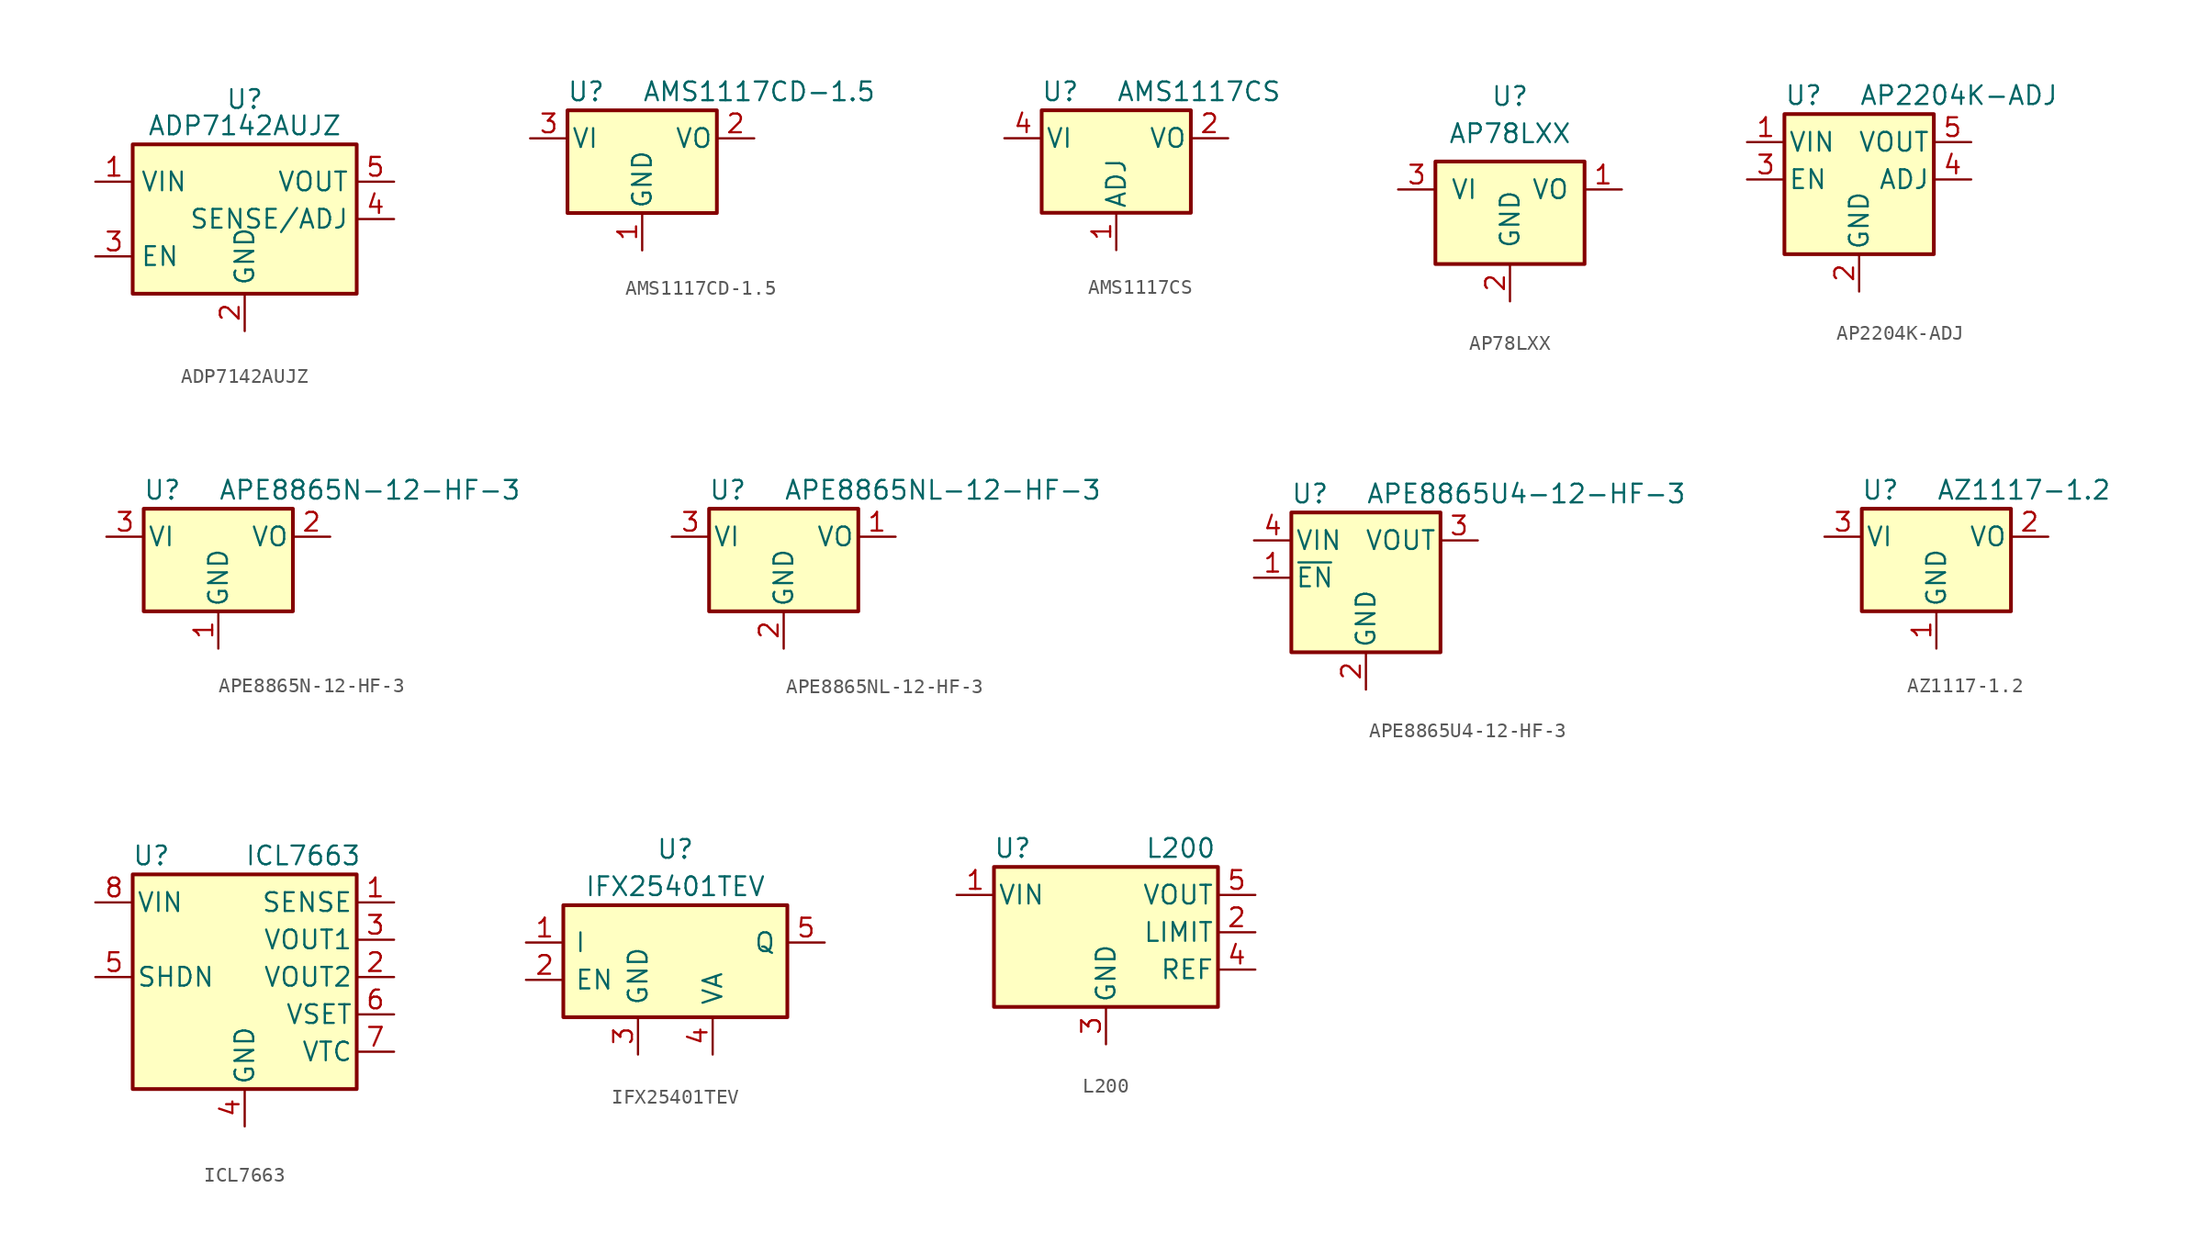
<source format=kicad_sym>
(kicad_symbol_lib
  (version 20201005)
  (generator kicad_symbol_editor)
  (symbol "ADP7142AUJZ"
    (property "Reference" "U"
      (at 0 8.89 0)
      (effects (font (size 1.27 1.27)) (justify top)))
    (property "Value" "ADP7142AUJZ"
      (at 0 6.35 0)
      (effects (font (size 1.27 1.27))))
    (symbol "ADP7142AUJZ_0_1"
      (rectangle (start -7.62 5.08) (end 7.62 -5.08) (stroke (width 0.254)) (fill (type background))))
    (symbol "ADP7142AUJZ_1_1"
      (pin power_in line (at -10.16 2.54 0) (length 2.54) (name "VIN" (effects (font (size 1.27 1.27)))) (number "1" (effects (font (size 1.27 1.27)))))
      (pin power_in line (at 0 -7.62 90) (length 2.54) (name "GND" (effects (font (size 1.27 1.27)))) (number "2" (effects (font (size 1.27 1.27)))))
      (pin input line (at -10.16 -2.54 0) (length 2.54) (name "EN" (effects (font (size 1.27 1.27)))) (number "3" (effects (font (size 1.27 1.27)))))
      (pin input line (at 10.16 0 180) (length 2.54) (name "SENSE/ADJ" (effects (font (size 1.27 1.27)))) (number "4" (effects (font (size 1.27 1.27)))))
      (pin power_out line (at 10.16 2.54 180) (length 2.54) (name "VOUT" (effects (font (size 1.27 1.27)))) (number "5" (effects (font (size 1.27 1.27)))))))
  (symbol "AMS1117CD-1.5"
    (pin_names
      (offset 0.254))
    (property "Reference" "U"
      (at -3.81 3.175 0)
      (effects (font (size 1.27 1.27))))
    (property "Value" "AMS1117CD-1.5"
      (at 0 3.175 0)
      (effects (font (size 1.27 1.27)) (justify left)))
    (symbol "AMS1117CD-1.5_0_1"
      (rectangle (start -5.08 -5.08) (end 5.08 1.905) (stroke (width 0.254)) (fill (type background))))
    (symbol "AMS1117CD-1.5_1_1"
      (pin power_in line (at 0 -7.62 90) (length 2.54) (name "GND" (effects (font (size 1.27 1.27)))) (number "1" (effects (font (size 1.27 1.27)))))
      (pin power_out line (at 7.62 0 180) (length 2.54) (name "VO" (effects (font (size 1.27 1.27)))) (number "2" (effects (font (size 1.27 1.27)))))
      (pin power_in line (at -7.62 0 0) (length 2.54) (name "VI" (effects (font (size 1.27 1.27)))) (number "3" (effects (font (size 1.27 1.27)))))))
  (symbol "AMS1117CS"
    (pin_names
      (offset 0.254))
    (property "Reference" "U"
      (at -3.81 3.175 0)
      (effects (font (size 1.27 1.27))))
    (property "Value" "AMS1117CS"
      (at 0 3.175 0)
      (effects (font (size 1.27 1.27)) (justify left)))
    (symbol "AMS1117CS_0_1"
      (rectangle (start -5.08 -5.08) (end 5.08 1.905) (stroke (width 0.254)) (fill (type background))))
    (symbol "AMS1117CS_1_1"
      (pin input line (at 0 -7.62 90) (length 2.54) (name "ADJ" (effects (font (size 1.27 1.27)))) (number "1" (effects (font (size 1.27 1.27)))))
      (pin power_out line (at 7.62 0 180) (length 2.54) (name "VO" (effects (font (size 1.27 1.27)))) (number "2" (effects (font (size 1.27 1.27)))))
      (pin passive line (at 7.62 0 180) (length 2.54) hide (name "VO" (effects (font (size 1.27 1.27)))) (number "3" (effects (font (size 1.27 1.27)))))
      (pin power_in line (at -7.62 0 0) (length 2.54) (name "VI" (effects (font (size 1.27 1.27)))) (number "4" (effects (font (size 1.27 1.27)))))
      (pin no_connect line (at -2.54 -2.54 180) (length 2.54) hide (name "NC" (effects (font (size 1.27 1.27)))) (number "5" (effects (font (size 1.27 1.27)))))
      (pin passive line (at 7.62 0 180) (length 2.54) hide (name "VO" (effects (font (size 1.27 1.27)))) (number "6" (effects (font (size 1.27 1.27)))))
      (pin passive line (at 7.62 0 180) (length 2.54) hide (name "VO" (effects (font (size 1.27 1.27)))) (number "7" (effects (font (size 1.27 1.27)))))
      (pin no_connect line (at 2.54 -2.54 0) (length 2.54) hide (name "NC" (effects (font (size 1.27 1.27)))) (number "8" (effects (font (size 1.27 1.27)))))))
  (symbol "AP78LXX"
    (pin_names
      (offset 1.016))
    (property "Reference" "U"
      (at 0 6.35 0)
      (effects (font (size 1.27 1.27))))
    (property "Value" "AP78LXX"
      (at 0 3.81 0)
      (effects (font (size 1.27 1.27))))
    (symbol "AP78LXX_1_1"
      (rectangle (start -5.08 -5.08) (end 5.08 1.905) (stroke (width 0.254)) (fill (type background)))
      (pin power_out line (at 7.62 0 180) (length 2.54) (name "VO" (effects (font (size 1.27 1.27)))) (number "1" (effects (font (size 1.27 1.27)))))
      (pin power_in line (at 0 -7.62 90) (length 2.54) (name "GND" (effects (font (size 1.27 1.27)))) (number "2" (effects (font (size 1.27 1.27)))))
      (pin power_in line (at -7.62 0 0) (length 2.54) (name "VI" (effects (font (size 1.27 1.27)))) (number "3" (effects (font (size 1.27 1.27)))))))
  (symbol "AP2204K-ADJ"
    (pin_names
      (offset 0.254))
    (property "Reference" "U"
      (at -5.08 5.715 0)
      (effects (font (size 1.27 1.27)) (justify left)))
    (property "Value" "AP2204K-ADJ"
      (at 0 5.715 0)
      (effects (font (size 1.27 1.27)) (justify left)))
    (symbol "AP2204K-ADJ_0_1"
      (rectangle (start -5.08 4.445) (end 5.08 -5.08) (stroke (width 0.254)) (fill (type background))))
    (symbol "AP2204K-ADJ_1_1"
      (pin power_in line (at -7.62 2.54 0) (length 2.54) (name "VIN" (effects (font (size 1.27 1.27)))) (number "1" (effects (font (size 1.27 1.27)))))
      (pin power_in line (at 0 -7.62 90) (length 2.54) (name "GND" (effects (font (size 1.27 1.27)))) (number "2" (effects (font (size 1.27 1.27)))))
      (pin input line (at -7.62 0 0) (length 2.54) (name "EN" (effects (font (size 1.27 1.27)))) (number "3" (effects (font (size 1.27 1.27)))))
      (pin input line (at 7.62 0 180) (length 2.54) (name "ADJ" (effects (font (size 1.27 1.27)))) (number "4" (effects (font (size 1.27 1.27)))))
      (pin power_out line (at 7.62 2.54 180) (length 2.54) (name "VOUT" (effects (font (size 1.27 1.27)))) (number "5" (effects (font (size 1.27 1.27)))))))
  (symbol "APE8865N-12-HF-3"
    (pin_names
      (offset 0.254))
    (property "Reference" "U"
      (at -3.81 3.175 0)
      (effects (font (size 1.27 1.27))))
    (property "Value" "APE8865N-12-HF-3"
      (at 0 3.175 0)
      (effects (font (size 1.27 1.27)) (justify left)))
    (symbol "APE8865N-12-HF-3_0_1"
      (rectangle (start -5.08 1.905) (end 5.08 -5.08) (stroke (width 0.254)) (fill (type background))))
    (symbol "APE8865N-12-HF-3_1_1"
      (pin power_in line (at 0 -7.62 90) (length 2.54) (name "GND" (effects (font (size 1.27 1.27)))) (number "1" (effects (font (size 1.27 1.27)))))
      (pin power_out line (at 7.62 0 180) (length 2.54) (name "VO" (effects (font (size 1.27 1.27)))) (number "2" (effects (font (size 1.27 1.27)))))
      (pin power_in line (at -7.62 0 0) (length 2.54) (name "VI" (effects (font (size 1.27 1.27)))) (number "3" (effects (font (size 1.27 1.27)))))))
  (symbol "APE8865NL-12-HF-3"
    (pin_names
      (offset 0.254))
    (property "Reference" "U"
      (at -3.81 3.175 0)
      (effects (font (size 1.27 1.27))))
    (property "Value" "APE8865NL-12-HF-3"
      (at 0 3.175 0)
      (effects (font (size 1.27 1.27)) (justify left)))
    (symbol "APE8865NL-12-HF-3_0_1"
      (rectangle (start -5.08 1.905) (end 5.08 -5.08) (stroke (width 0.254)) (fill (type background))))
    (symbol "APE8865NL-12-HF-3_1_1"
      (pin power_out line (at 7.62 0 180) (length 2.54) (name "VO" (effects (font (size 1.27 1.27)))) (number "1" (effects (font (size 1.27 1.27)))))
      (pin power_in line (at 0 -7.62 90) (length 2.54) (name "GND" (effects (font (size 1.27 1.27)))) (number "2" (effects (font (size 1.27 1.27)))))
      (pin power_in line (at -7.62 0 0) (length 2.54) (name "VI" (effects (font (size 1.27 1.27)))) (number "3" (effects (font (size 1.27 1.27)))))))
  (symbol "APE8865U4-12-HF-3"
    (pin_names
      (offset 0.254))
    (property "Reference" "U"
      (at -3.81 5.715 0)
      (effects (font (size 1.27 1.27))))
    (property "Value" "APE8865U4-12-HF-3"
      (at 0 5.715 0)
      (effects (font (size 1.27 1.27)) (justify left)))
    (symbol "APE8865U4-12-HF-3_0_1"
      (rectangle (start -5.08 4.445) (end 5.08 -5.08) (stroke (width 0.254)) (fill (type background))))
    (symbol "APE8865U4-12-HF-3_1_1"
      (pin input line (at -7.62 0 0) (length 2.54) (name "~EN~" (effects (font (size 1.27 1.27)))) (number "1" (effects (font (size 1.27 1.27)))))
      (pin power_in line (at 0 -7.62 90) (length 2.54) (name "GND" (effects (font (size 1.27 1.27)))) (number "2" (effects (font (size 1.27 1.27)))))
      (pin power_out line (at 7.62 2.54 180) (length 2.54) (name "VOUT" (effects (font (size 1.27 1.27)))) (number "3" (effects (font (size 1.27 1.27)))))
      (pin power_in line (at -7.62 2.54 0) (length 2.54) (name "VIN" (effects (font (size 1.27 1.27)))) (number "4" (effects (font (size 1.27 1.27)))))))
  (symbol "AZ1117-1.2"
    (pin_names
      (offset 0.254))
    (property "Reference" "U"
      (at -3.81 3.175 0)
      (effects (font (size 1.27 1.27))))
    (property "Value" "AZ1117-1.2"
      (at 0 3.175 0)
      (effects (font (size 1.27 1.27)) (justify left)))
    (symbol "AZ1117-1.2_0_1"
      (rectangle (start -5.08 1.905) (end 5.08 -5.08) (stroke (width 0.254)) (fill (type background))))
    (symbol "AZ1117-1.2_1_1"
      (pin power_in line (at 0 -7.62 90) (length 2.54) (name "GND" (effects (font (size 1.27 1.27)))) (number "1" (effects (font (size 1.27 1.27)))))
      (pin power_out line (at 7.62 0 180) (length 2.54) (name "VO" (effects (font (size 1.27 1.27)))) (number "2" (effects (font (size 1.27 1.27)))))
      (pin power_in line (at -7.62 0 0) (length 2.54) (name "VI" (effects (font (size 1.27 1.27)))) (number "3" (effects (font (size 1.27 1.27)))))))
  (symbol "ICL7663"
    (pin_names
      (offset 0.254))
    (property "Reference" "U"
      (at -6.35 8.255 0)
      (effects (font (size 1.27 1.27))))
    (property "Value" "ICL7663"
      (at 0 8.255 0)
      (effects (font (size 1.27 1.27)) (justify left)))
    (symbol "ICL7663_0_1"
      (rectangle (start -7.62 -7.62) (end 7.62 6.985) (stroke (width 0.254)) (fill (type background))))
    (symbol "ICL7663_1_1"
      (pin input line (at 10.16 5.08 180) (length 2.54) (name "SENSE" (effects (font (size 1.27 1.27)))) (number "1" (effects (font (size 1.27 1.27)))))
      (pin power_out line (at 10.16 0 180) (length 2.54) (name "VOUT2" (effects (font (size 1.27 1.27)))) (number "2" (effects (font (size 1.27 1.27)))))
      (pin power_out line (at 10.16 2.54 180) (length 2.54) (name "VOUT1" (effects (font (size 1.27 1.27)))) (number "3" (effects (font (size 1.27 1.27)))))
      (pin power_in line (at 0 -10.16 90) (length 2.54) (name "GND" (effects (font (size 1.27 1.27)))) (number "4" (effects (font (size 1.27 1.27)))))
      (pin input line (at -10.16 0 0) (length 2.54) (name "SHDN" (effects (font (size 1.27 1.27)))) (number "5" (effects (font (size 1.27 1.27)))))
      (pin input line (at 10.16 -2.54 180) (length 2.54) (name "VSET" (effects (font (size 1.27 1.27)))) (number "6" (effects (font (size 1.27 1.27)))))
      (pin output line (at 10.16 -5.08 180) (length 2.54) (name "VTC" (effects (font (size 1.27 1.27)))) (number "7" (effects (font (size 1.27 1.27)))))
      (pin power_in line (at -10.16 5.08 0) (length 2.54) (name "VIN" (effects (font (size 1.27 1.27)))) (number "8" (effects (font (size 1.27 1.27)))))))
  (symbol "IFX25401TEV"
    (pin_names
      (offset 0.762))
    (property "Reference" "U"
      (at 0 6.35 0)
      (effects (font (size 1.27 1.27))))
    (property "Value" "IFX25401TEV"
      (at 0 3.81 0)
      (effects (font (size 1.27 1.27))))
    (symbol "IFX25401TEV_0_1"
      (rectangle (start -7.62 2.54) (end 7.62 -5.08) (stroke (width 0.254)) (fill (type background))))
    (symbol "IFX25401TEV_1_1"
      (pin power_in line (at -10.16 0 0) (length 2.54) (name "I" (effects (font (size 1.27 1.27)))) (number "1" (effects (font (size 1.27 1.27)))))
      (pin input line (at -10.16 -2.54 0) (length 2.54) (name "EN" (effects (font (size 1.27 1.27)))) (number "2" (effects (font (size 1.27 1.27)))))
      (pin power_in line (at -2.54 -7.62 90) (length 2.54) (name "GND" (effects (font (size 1.27 1.27)))) (number "3" (effects (font (size 1.27 1.27)))))
      (pin input line (at 2.54 -7.62 90) (length 2.54) (name "VA" (effects (font (size 1.27 1.27)))) (number "4" (effects (font (size 1.27 1.27)))))
      (pin power_out line (at 10.16 0 180) (length 2.54) (name "Q" (effects (font (size 1.27 1.27)))) (number "5" (effects (font (size 1.27 1.27)))))))
  (symbol "L200"
    (pin_names
      (offset 0.254))
    (property "Reference" "U"
      (at -6.35 5.715 0)
      (effects (font (size 1.27 1.27))))
    (property "Value" "L200"
      (at 5.08 5.715 0)
      (effects (font (size 1.27 1.27))))
    (symbol "L200_0_1"
      (rectangle (start -7.62 4.445) (end 7.62 -5.08) (stroke (width 0.254)) (fill (type background))))
    (symbol "L200_1_1"
      (pin power_in line (at -10.16 2.54 0) (length 2.54) (name "VIN" (effects (font (size 1.27 1.27)))) (number "1" (effects (font (size 1.27 1.27)))))
      (pin input line (at 10.16 0 180) (length 2.54) (name "LIMIT" (effects (font (size 1.27 1.27)))) (number "2" (effects (font (size 1.27 1.27)))))
      (pin power_in line (at 0 -7.62 90) (length 2.54) (name "GND" (effects (font (size 1.27 1.27)))) (number "3" (effects (font (size 1.27 1.27)))))
      (pin input line (at 10.16 -2.54 180) (length 2.54) (name "REF" (effects (font (size 1.27 1.27)))) (number "4" (effects (font (size 1.27 1.27)))))
      (pin power_out line (at 10.16 2.54 180) (length 2.54) (name "VOUT" (effects (font (size 1.27 1.27)))) (number "5" (effects (font (size 1.27 1.27))))))))
</source>
